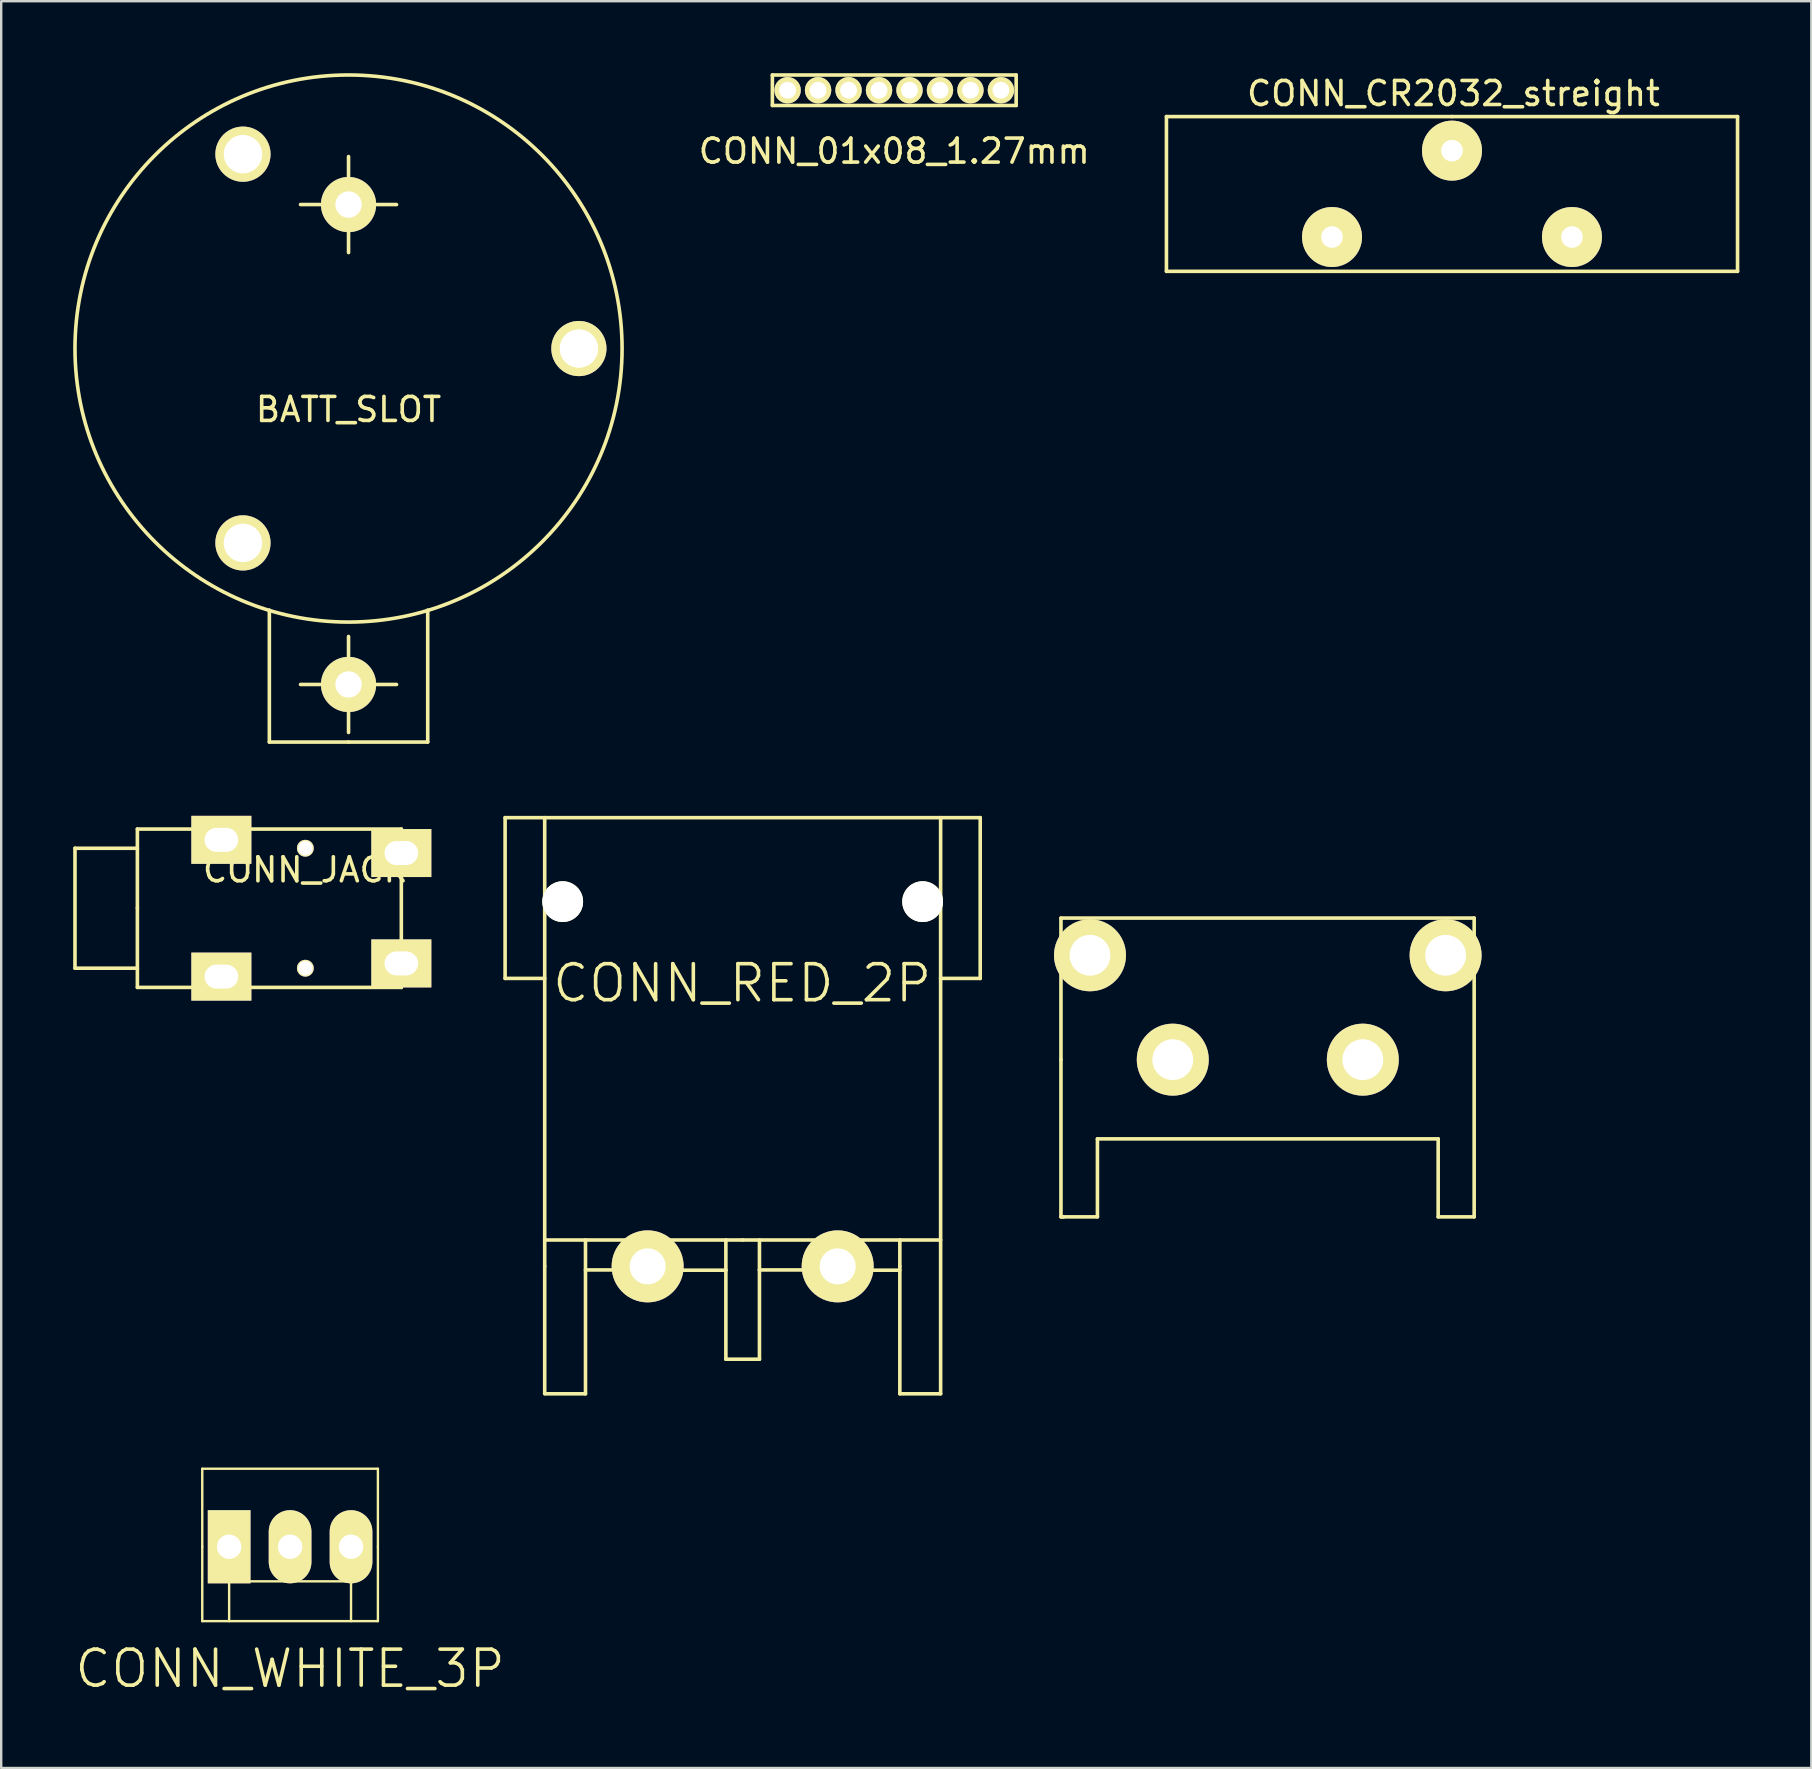
<source format=kicad_pcb>
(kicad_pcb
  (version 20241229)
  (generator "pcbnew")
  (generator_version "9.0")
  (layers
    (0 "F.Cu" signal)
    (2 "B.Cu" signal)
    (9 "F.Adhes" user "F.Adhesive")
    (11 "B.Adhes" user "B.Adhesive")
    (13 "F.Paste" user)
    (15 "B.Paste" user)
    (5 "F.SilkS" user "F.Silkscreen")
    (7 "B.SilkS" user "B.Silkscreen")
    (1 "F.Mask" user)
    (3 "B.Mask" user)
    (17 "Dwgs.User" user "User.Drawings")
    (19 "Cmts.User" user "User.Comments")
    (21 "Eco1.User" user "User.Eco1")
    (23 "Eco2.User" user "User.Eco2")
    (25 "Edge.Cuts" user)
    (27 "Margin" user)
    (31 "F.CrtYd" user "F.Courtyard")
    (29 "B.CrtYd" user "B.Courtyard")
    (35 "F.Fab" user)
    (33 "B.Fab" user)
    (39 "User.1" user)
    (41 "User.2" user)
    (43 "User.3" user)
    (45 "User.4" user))
  (footprint "BATT_SLOT"
    (layer "F.Cu")
    (at 11.475 11.475)
    (property "Reference" "BATT_SLOT" (at 0 2.54 0) (layer "F.SilkS") (effects (font (size 1 1) (thickness 0.15))))
    (attr through_hole)
    (fp_line (start -3.3 16.4) (end -3.3 10.9) (stroke (width 0.15) (type solid)) (layer "F.SilkS"))
    (fp_line (start 0 -6) (end -2 -6) (stroke (width 0.15) (type solid)) (layer "F.SilkS"))
    (fp_line (start 0 -6) (end 0 -8) (stroke (width 0.15) (type solid)) (layer "F.SilkS"))
    (fp_line (start 0 -6) (end 0 -4) (stroke (width 0.15) (type solid)) (layer "F.SilkS"))
    (fp_line (start 0 -6) (end 2 -6) (stroke (width 0.15) (type solid)) (layer "F.SilkS"))
    (fp_line (start 0 14) (end -2 14) (stroke (width 0.15) (type solid)) (layer "F.SilkS"))
    (fp_line (start 0 14) (end 0 12) (stroke (width 0.15) (type solid)) (layer "F.SilkS"))
    (fp_line (start 0 14) (end 0 16) (stroke (width 0.15) (type solid)) (layer "F.SilkS"))
    (fp_line (start 0 14) (end 2 14) (stroke (width 0.15) (type solid)) (layer "F.SilkS"))
    (fp_line (start 0 16.4) (end -3.3 16.4) (stroke (width 0.15) (type solid)) (layer "F.SilkS"))
    (fp_line (start 0 16.4) (end 3.3 16.4) (stroke (width 0.15) (type solid)) (layer "F.SilkS"))
    (fp_line (start 3.3 16.4) (end 3.3 10.9) (stroke (width 0.15) (type solid)) (layer "F.SilkS"))
    (fp_circle (center -4.4 -8.1) (end -3.6 -8.1) (stroke (width 0.15) (type solid)) (fill no) (layer "F.SilkS"))
    (fp_circle (center -4.4 8.1) (end -3.6 8.1) (stroke (width 0.15) (type solid)) (fill no) (layer "F.SilkS"))
    (fp_circle (center 0 -6) (end 0.5 -6) (stroke (width 0.15) (type solid)) (fill no) (layer "F.SilkS"))
    (fp_circle (center 0 0) (end 11.4 0) (stroke (width 0.15) (type solid)) (fill no) (layer "F.SilkS"))
    (fp_circle (center 0 14) (end 0.5 14) (stroke (width 0.15) (type solid)) (fill no) (layer "F.SilkS"))
    (fp_circle (center 9.6 0) (end 10.4 0.1) (stroke (width 0.15) (type solid)) (fill no) (layer "F.SilkS"))
    (pad "" np_thru_hole circle (at -4.4 -8.1) (size 2.3 2.3) (drill 1.6) (layers "*.Cu" "*.Mask" "F.SilkS"))
    (pad "" np_thru_hole circle (at -4.4 8.1) (size 2.3 2.3) (drill 1.6) (layers "*.Cu" "*.Mask" "F.SilkS"))
    (pad "" np_thru_hole circle (at 9.6 0) (size 2.3 2.3) (drill 1.6) (layers "*.Cu" "*.Mask" "F.SilkS"))
    (pad "1" thru_hole circle (at 0 14) (size 2.3 2.3) (drill 1.1) (layers "*.Cu" "*.Mask" "F.SilkS"))
    (pad "2" thru_hole circle (at 0 -6) (size 2.3 2.3) (drill 1.1) (layers "*.Cu" "*.Mask" "F.SilkS")))
  (footprint "CONN_CR2032_streight"
    (layer "F.Cu")
    (at 52.461 6.828)
    (property "Reference" "CONN_CR2032_streight" (at 5.06 -5.98 0) (layer "F.SilkS") (effects (font (size 1 1) (thickness 0.15))))
    (attr through_hole)
    (fp_line (start -6.9 -5.02) (end -6.9 1.43) (stroke (width 0.15) (type solid)) (layer "F.SilkS"))
    (fp_line (start -6.9 1.43) (end 16.9 1.43) (stroke (width 0.15) (type solid)) (layer "F.SilkS"))
    (fp_line (start 5 -5.02) (end -6.9 -5.02) (stroke (width 0.15) (type solid)) (layer "F.SilkS"))
    (fp_line (start 16.9 -5.02) (end 5 -5.02) (stroke (width 0.15) (type solid)) (layer "F.SilkS"))
    (fp_line (start 16.9 1.43) (end 16.9 -5.02) (stroke (width 0.15) (type solid)) (layer "F.SilkS"))
    (pad "1" thru_hole circle (at 0 0) (size 2.5 2.5) (drill 0.9) (layers "*.Cu" "*.Mask" "F.SilkS"))
    (pad "1" thru_hole circle (at 10 0) (size 2.5 2.5) (drill 0.9) (layers "*.Cu" "*.Mask" "F.SilkS"))
    (pad "2" thru_hole circle (at 5 -3.6) (size 2.5 2.5) (drill 0.9) (layers "*.Cu" "*.Mask" "F.SilkS")))
  (footprint "CONN_RED_2P_STRAIGHT"
    (layer "F.Cu")
    (at 49.785 41.111)
    (property "Reference" "CONN_RED_2P_STRAIGHT" (at 0 -10.16 0) (layer "F.SilkS") (effects (font (size 0.001 0.001) (thickness 0.15))))
    (attr through_hole)
    (fp_line (start -8.62 -5.9) (end 8.6 -5.9) (stroke (width 0.15) (type solid)) (layer "F.SilkS"))
    (fp_line (start -8.62 0) (end -8.62 -5.9) (stroke (width 0.15) (type solid)) (layer "F.SilkS"))
    (fp_line (start -8.62 0) (end -8.62 6.55) (stroke (width 0.15) (type solid)) (layer "F.SilkS"))
    (fp_line (start -8.62 6.55) (end -8.51 6.55) (stroke (width 0.15) (type solid)) (layer "F.SilkS"))
    (fp_line (start -7.1 3.3) (end -7.1 6.55) (stroke (width 0.15) (type solid)) (layer "F.SilkS"))
    (fp_line (start -7.1 6.55) (end -8.6 6.55) (stroke (width 0.15) (type solid)) (layer "F.SilkS"))
    (fp_line (start 7.1 3.3) (end -7.1 3.3) (stroke (width 0.15) (type solid)) (layer "F.SilkS"))
    (fp_line (start 7.1 6.55) (end 7.1 3.3) (stroke (width 0.15) (type solid)) (layer "F.SilkS"))
    (fp_line (start 8.6 -5.9) (end 8.6 6.55) (stroke (width 0.15) (type solid)) (layer "F.SilkS"))
    (fp_line (start 8.6 6.55) (end 7.1 6.55) (stroke (width 0.15) (type solid)) (layer "F.SilkS"))
    (pad "" np_thru_hole circle (at -7.41 -4.35) (size 3 3) (drill 1.7) (layers "*.Cu" "*.Mask" "F.SilkS"))
    (pad "" np_thru_hole circle (at 7.41 -4.35) (size 3 3) (drill 1.7) (layers "*.Cu" "*.Mask" "F.SilkS"))
    (pad "1" thru_hole circle (at 3.96 0) (size 3 3) (drill 1.7) (layers "*.Cu" "*.Mask" "F.SilkS"))
    (pad "2" thru_hole circle (at -3.96 0) (size 3 3) (drill 1.7) (layers "*.Cu" "*.Mask" "F.SilkS")))
  (footprint "CONN_JACK"
    (layer "F.Cu")
    (at 9.675 34.8)
    (property "Reference" "CONN_JACK" (at 0 -1.6 0) (layer "F.SilkS") (effects (font (size 1 1) (thickness 0.15))))
    (attr through_hole)
    (fp_line (start -9.6 -2.5) (end -9.6 2.5) (stroke (width 0.15) (type solid)) (layer "F.SilkS"))
    (fp_line (start -9.6 2.5) (end -7 2.5) (stroke (width 0.15) (type solid)) (layer "F.SilkS"))
    (fp_line (start -7 -3.3) (end 4 -3.3) (stroke (width 0.15) (type solid)) (layer "F.SilkS"))
    (fp_line (start -7 -2.5) (end -9.6 -2.5) (stroke (width 0.15) (type solid)) (layer "F.SilkS"))
    (fp_line (start -7 0) (end -7 -3.3) (stroke (width 0.15) (type solid)) (layer "F.SilkS"))
    (fp_line (start -7 0) (end -7 3.3) (stroke (width 0.15) (type solid)) (layer "F.SilkS"))
    (fp_line (start 4 -3.3) (end 4 3.3) (stroke (width 0.15) (type solid)) (layer "F.SilkS"))
    (fp_line (start 4 3.3) (end -7 3.3) (stroke (width 0.15) (type solid)) (layer "F.SilkS"))
    (pad "" np_thru_hole circle (at 0 -2.5) (size 0.7 0.7) (drill 0.6) (layers "*.Cu" "*.Mask" "F.SilkS"))
    (pad "" np_thru_hole circle (at 0 2.5) (size 0.7 0.7) (drill 0.6) (layers "*.Cu" "*.Mask" "F.SilkS"))
    (pad "1" thru_hole rect (at -3.5 -2.85) (size 2.5 2) (drill oval 1.4 1) (layers "*.Cu" "*.Mask" "F.SilkS"))
    (pad "1" thru_hole rect (at -3.5 2.85) (size 2.5 2) (drill oval 1.4 1) (layers "*.Cu" "*.Mask" "F.SilkS"))
    (pad "2" thru_hole rect (at 4 2.3) (size 2.5 2) (drill oval 1.4 1) (layers "*.Cu" "*.Mask" "F.SilkS"))
    (pad "3" thru_hole rect (at 4 -2.3) (size 2.5 2) (drill oval 1.4 1) (layers "*.Cu" "*.Mask" "F.SilkS")))
  (footprint "CONN_RED_2P"
    (layer "F.Cu")
    (at 23.94 49.725)
    (property "Reference" "CONN_RED_2P" (at 3.94 -11.8 0) (layer "F.SilkS") (effects (font (size 1.5 1.5) (thickness 0.15))))
    (attr through_hole)
    (fp_line (start -5.94 -18.7) (end 13.86 -18.7) (stroke (width 0.15) (type solid)) (layer "F.SilkS"))
    (fp_line (start -5.94 -12) (end -5.94 -18.7) (stroke (width 0.15) (type solid)) (layer "F.SilkS"))
    (fp_line (start -4.29 -12) (end -5.94 -12) (stroke (width 0.15) (type solid)) (layer "F.SilkS"))
    (fp_line (start -4.29 0) (end -4.29 -18.7) (stroke (width 0.15) (type solid)) (layer "F.SilkS"))
    (fp_line (start -4.29 0) (end -4.29 5.3) (stroke (width 0.15) (type solid)) (layer "F.SilkS"))
    (fp_line (start -2.59 -1.1) (end -2.59 5.31) (stroke (width 0.15) (type solid)) (layer "F.SilkS"))
    (fp_line (start -2.59 5.31) (end -4.29 5.31) (stroke (width 0.15) (type solid)) (layer "F.SilkS"))
    (fp_line (start -0.75 0) (end -0.75 -1.1) (stroke (width 0.15) (type solid)) (layer "F.SilkS"))
    (fp_line (start -0.75 0) (end -0.75 0.15) (stroke (width 0.15) (type solid)) (layer "F.SilkS"))
    (fp_line (start -0.75 0.15) (end -2.59 0.15) (stroke (width 0.15) (type solid)) (layer "F.SilkS"))
    (fp_line (start 0.75 0) (end -0.75 0) (stroke (width 0.15) (type solid)) (layer "F.SilkS"))
    (fp_line (start 0.75 0) (end 0.75 -1.1) (stroke (width 0.15) (type solid)) (layer "F.SilkS"))
    (fp_line (start 0.75 0) (end 0.75 0.15) (stroke (width 0.15) (type solid)) (layer "F.SilkS"))
    (fp_line (start 3.26 0.16) (end 0.75 0.16) (stroke (width 0.15) (type solid)) (layer "F.SilkS"))
    (fp_line (start 3.26 0.16) (end 3.26 -1.1) (stroke (width 0.15) (type solid)) (layer "F.SilkS"))
    (fp_line (start 3.26 0.16) (end 3.26 3.87) (stroke (width 0.15) (type solid)) (layer "F.SilkS"))
    (fp_line (start 3.26 3.87) (end 4.66 3.87) (stroke (width 0.15) (type solid)) (layer "F.SilkS"))
    (fp_line (start 3.96 -1.1) (end -4.29 -1.1) (stroke (width 0.15) (type solid)) (layer "F.SilkS"))
    (fp_line (start 3.96 -1.1) (end 12.21 -1.1) (stroke (width 0.15) (type solid)) (layer "F.SilkS"))
    (fp_line (start 4.66 0.15) (end 4.66 -1.1) (stroke (width 0.15) (type solid)) (layer "F.SilkS"))
    (fp_line (start 4.66 0.15) (end 7.17 0.15) (stroke (width 0.15) (type solid)) (layer "F.SilkS"))
    (fp_line (start 4.66 3.87) (end 4.66 0.15) (stroke (width 0.15) (type solid)) (layer "F.SilkS"))
    (fp_line (start 7.17 0) (end 7.17 -1.1) (stroke (width 0.15) (type solid)) (layer "F.SilkS"))
    (fp_line (start 7.17 0.15) (end 7.17 0) (stroke (width 0.15) (type solid)) (layer "F.SilkS"))
    (fp_line (start 8.67 0) (end 7.17 0) (stroke (width 0.15) (type solid)) (layer "F.SilkS"))
    (fp_line (start 8.67 0) (end 8.67 -1.1) (stroke (width 0.15) (type solid)) (layer "F.SilkS"))
    (fp_line (start 8.67 0) (end 8.67 0.15) (stroke (width 0.15) (type solid)) (layer "F.SilkS"))
    (fp_line (start 8.67 0.16) (end 10.51 0.16) (stroke (width 0.15) (type solid)) (layer "F.SilkS"))
    (fp_line (start 10.51 0) (end 10.51 -1.1) (stroke (width 0.15) (type solid)) (layer "F.SilkS"))
    (fp_line (start 10.51 0) (end 10.51 5.31) (stroke (width 0.15) (type solid)) (layer "F.SilkS"))
    (fp_line (start 12.21 -15.2) (end 12.21 -18.7) (stroke (width 0.15) (type solid)) (layer "F.SilkS"))
    (fp_line (start 12.21 -15.2) (end 12.21 5.31) (stroke (width 0.15) (type solid)) (layer "F.SilkS"))
    (fp_line (start 12.21 -12) (end 13.86 -12) (stroke (width 0.15) (type solid)) (layer "F.SilkS"))
    (fp_line (start 12.21 5.31) (end 10.51 5.31) (stroke (width 0.15) (type solid)) (layer "F.SilkS"))
    (fp_line (start 13.86 -12) (end 13.86 -18.7) (stroke (width 0.15) (type solid)) (layer "F.SilkS"))
    (pad "" np_thru_hole circle (at -3.54 -15.2) (size 1.7 1.7) (drill 1.7) (layers "*.Cu" "*.Mask" "F.SilkS"))
    (pad "" np_thru_hole circle (at 11.46 -15.2) (size 1.7 1.7) (drill 1.7) (layers "*.Cu" "*.Mask" "F.SilkS"))
    (pad "1" thru_hole circle (at 7.92 0) (size 3 3) (drill 1.5) (layers "*.Cu" "*.Mask" "F.SilkS"))
    (pad "2" thru_hole circle (at 0 0) (size 3 3) (drill 1.5) (layers "*.Cu" "*.Mask" "F.SilkS")))
  (footprint "CONN_WHITE_3P"
    (layer "F.Cu")
    (at 6.499 61.41)
    (property "Reference" "CONN_WHITE_3P" (at 2.54 5.08 0) (layer "F.SilkS") (effects (font (size 1.5 1.5) (thickness 0.15))))
    (attr through_hole)
    (fp_line (start -1.12 -3.25) (end 6.2 -3.25) (stroke (width 0.1) (type solid)) (layer "F.SilkS"))
    (fp_line (start -1.12 0) (end -1.12 -3.25) (stroke (width 0.1) (type solid)) (layer "F.SilkS"))
    (fp_line (start -1.12 0) (end -1.12 3.1) (stroke (width 0.1) (type solid)) (layer "F.SilkS"))
    (fp_line (start 0 1.44) (end 0 3.1) (stroke (width 0.1) (type solid)) (layer "F.SilkS"))
    (fp_line (start 2.54 1.44) (end 0 1.44) (stroke (width 0.1) (type solid)) (layer "F.SilkS"))
    (fp_line (start 2.54 1.44) (end 5.08 1.44) (stroke (width 0.1) (type solid)) (layer "F.SilkS"))
    (fp_line (start 5.08 1.44) (end 5.08 3.1) (stroke (width 0.1) (type solid)) (layer "F.SilkS"))
    (fp_line (start 6.2 0) (end 6.2 -3.25) (stroke (width 0.1) (type solid)) (layer "F.SilkS"))
    (fp_line (start 6.2 0) (end 6.2 3.1) (stroke (width 0.1) (type solid)) (layer "F.SilkS"))
    (fp_line (start 6.2 3.1) (end -1.12 3.1) (stroke (width 0.1) (type solid)) (layer "F.SilkS"))
    (pad "1" thru_hole oval (at 5.08 0) (size 1.778 3.048) (drill 1.016) (layers "*.Cu" "*.Mask" "F.SilkS"))
    (pad "2" thru_hole oval (at 2.54 0) (size 1.778 3.048) (drill 1.016) (layers "*.Cu" "*.Mask" "F.SilkS"))
    (pad "3" thru_hole rect (at 0 0) (size 1.778 3.048) (drill 1.016) (layers "*.Cu" "*.Mask" "F.SilkS")))
  (footprint "CONN_01x08_1.27mm"
    (layer "F.Cu")
    (at 29.773 0.71)
    (property "Reference" "CONN_01x08_1.27mm" (at 4.445 2.54 0) (layer "F.SilkS") (effects (font (size 1 1) (thickness 0.15))))
    (attr through_hole)
    (fp_line (start -0.635 -0.635) (end -0.635 0.635) (stroke (width 0.15) (type solid)) (layer "F.SilkS"))
    (fp_line (start -0.635 0.635) (end 9.525 0.635) (stroke (width 0.15) (type solid)) (layer "F.SilkS"))
    (fp_line (start 9.525 -0.635) (end -0.635 -0.635) (stroke (width 0.15) (type solid)) (layer "F.SilkS"))
    (fp_line (start 9.525 0.635) (end 9.525 -0.635) (stroke (width 0.15) (type solid)) (layer "F.SilkS"))
    (pad "1" thru_hole circle (at 0 0) (size 1.1 1.1) (drill 0.7) (layers "*.Cu" "*.Mask" "F.SilkS"))
    (pad "2" thru_hole circle (at 1.27 0) (size 1.1 1.1) (drill 0.7) (layers "*.Cu" "*.Mask" "F.SilkS"))
    (pad "3" thru_hole circle (at 2.54 0) (size 1.1 1.1) (drill 0.7) (layers "*.Cu" "*.Mask" "F.SilkS"))
    (pad "4" thru_hole circle (at 3.81 0) (size 1.1 1.1) (drill 0.7) (layers "*.Cu" "*.Mask" "F.SilkS"))
    (pad "5" thru_hole circle (at 5.08 0) (size 1.1 1.1) (drill 0.7) (layers "*.Cu" "*.Mask" "F.SilkS"))
    (pad "6" thru_hole circle (at 6.35 0) (size 1.1 1.1) (drill 0.7) (layers "*.Cu" "*.Mask" "F.SilkS"))
    (pad "7" thru_hole circle (at 7.62 0) (size 1.1 1.1) (drill 0.7) (layers "*.Cu" "*.Mask" "F.SilkS"))
    (pad "8" thru_hole circle (at 8.89 0) (size 1.1 1.1) (drill 0.7) (layers "*.Cu" "*.Mask" "F.SilkS")))
  (gr_rect
    (start -3 -3)
    (end 72.436 70.631)
    (stroke (width 0.1) (type default))
    (fill no)
    (layer "Edge.Cuts")))
</source>
